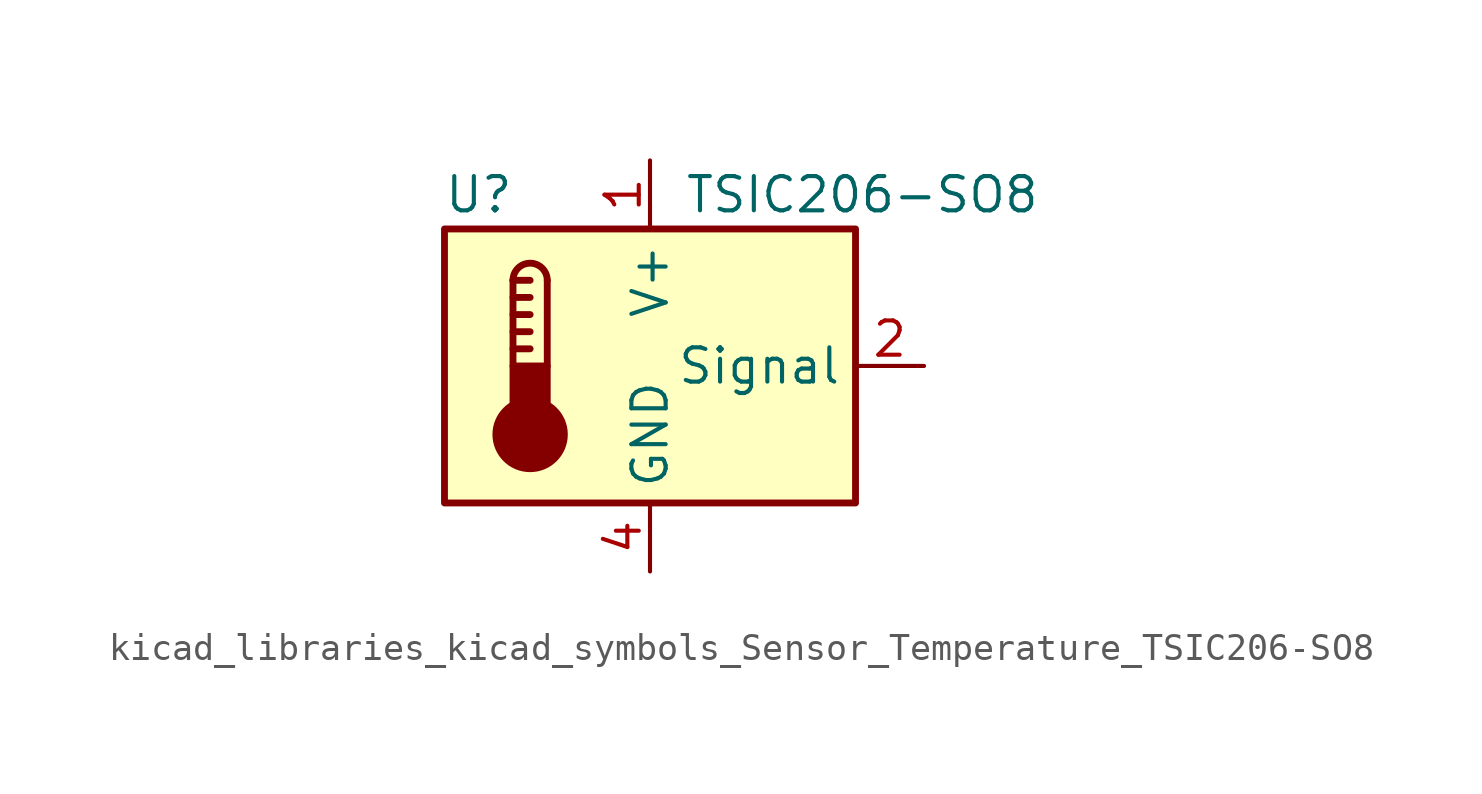
<source format=kicad_sym>
(kicad_symbol_lib
  (version 20220914)
  (generator kicad_symbol_editor)
  (symbol "kicad_libraries_kicad_symbols_Sensor_Temperature_TSIC206-SO8"
    (property "Reference" "U"
      (at -6.35 6.35 0)
      (effects (font (size 1.27 1.27))))
    (property "Value" "TSIC206-SO8"
      (at 1.27 6.35 0)
      (effects (font (size 1.27 1.27)) (justify left)))
    (symbol "kicad_libraries_kicad_symbols_Sensor_Temperature_TSIC206-SO8_0_1"
      (rectangle (start -7.62 5.08) (end 7.62 -5.08) (stroke (width 0.254) (type default)) (fill (type background)))
      (circle (center -4.445 -2.54) (radius 1.27) (stroke (width 0.254) (type default)) (fill (type outline)))
      (rectangle (start -3.81 -1.905) (end -5.08 0) (stroke (width 0.254) (type default)) (fill (type outline)))
      (arc (start -3.81 3.175) (mid -4.445 3.8073) (end -5.08 3.175) (stroke (width 0.254) (type default)) (fill (type none)))
      (polyline (pts (xy -5.08 0.635) (xy -4.445 0.635)) (stroke (width 0.254) (type default)) (fill (type none)))
      (polyline (pts (xy -5.08 1.27) (xy -4.445 1.27)) (stroke (width 0.254) (type default)) (fill (type none)))
      (polyline (pts (xy -5.08 1.905) (xy -4.445 1.905)) (stroke (width 0.254) (type default)) (fill (type none)))
      (polyline (pts (xy -5.08 2.54) (xy -4.445 2.54)) (stroke (width 0.254) (type default)) (fill (type none)))
      (polyline (pts (xy -5.08 3.175) (xy -5.08 0)) (stroke (width 0.254) (type default)) (fill (type none)))
      (polyline (pts (xy -5.08 3.175) (xy -4.445 3.175)) (stroke (width 0.254) (type default)) (fill (type none)))
      (polyline (pts (xy -3.81 3.175) (xy -3.81 0)) (stroke (width 0.254) (type default)) (fill (type none))))
    (symbol "kicad_libraries_kicad_symbols_Sensor_Temperature_TSIC206-SO8_1_1"
      (pin power_in line (at 0 7.62 270) (length 2.54) (name "V+" (effects (font (size 1.27 1.27)))) (number "1" (effects (font (size 1.27 1.27)))))
      (pin output line (at 10.16 0 180) (length 2.54) (name "Signal" (effects (font (size 1.27 1.27)))) (number "2" (effects (font (size 1.27 1.27)))))
      (pin no_connect line (at 7.62 -2.54 180) (length 2.54) hide (name "NC" (effects (font (size 1.27 1.27)))) (number "3" (effects (font (size 1.27 1.27)))))
      (pin power_in line (at 0 -7.62 90) (length 2.54) (name "GND" (effects (font (size 1.27 1.27)))) (number "4" (effects (font (size 1.27 1.27)))))
      (pin no_connect line (at -5.08 -5.08 90) (length 2.54) hide (name "NC" (effects (font (size 1.27 1.27)))) (number "5" (effects (font (size 1.27 1.27)))))
      (pin no_connect line (at -2.54 -5.08 90) (length 2.54) hide (name "NC" (effects (font (size 1.27 1.27)))) (number "6" (effects (font (size 1.27 1.27)))))
      (pin no_connect line (at 2.54 -5.08 90) (length 2.54) hide (name "NC" (effects (font (size 1.27 1.27)))) (number "7" (effects (font (size 1.27 1.27)))))
      (pin no_connect line (at 5.08 -5.08 90) (length 2.54) hide (name "NC" (effects (font (size 1.27 1.27)))) (number "8" (effects (font (size 1.27 1.27))))))))
</source>
